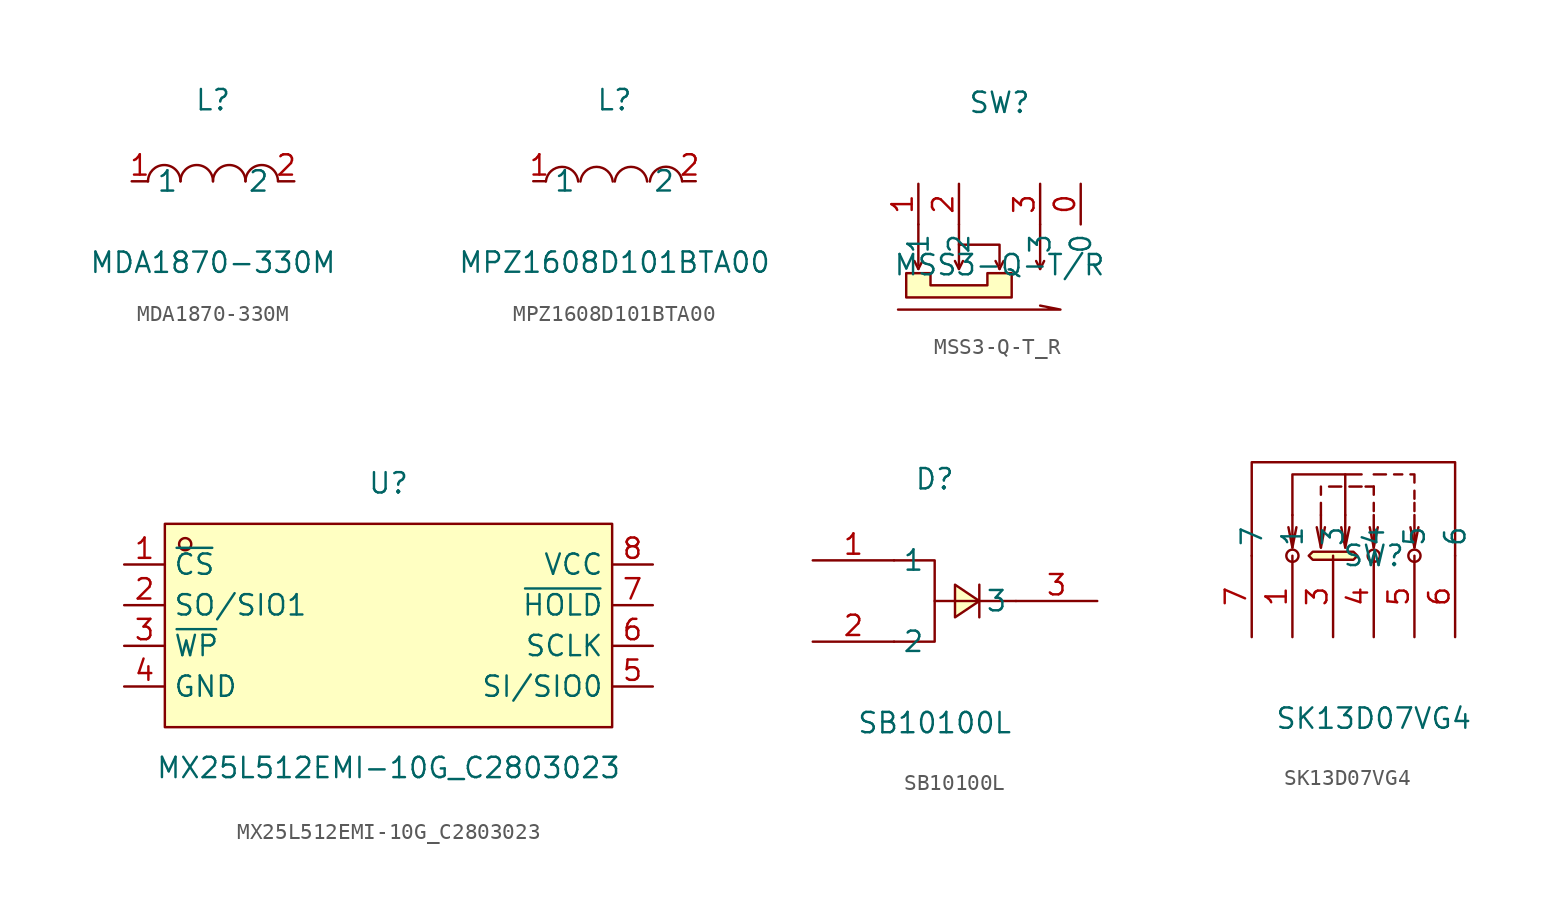
<source format=kicad_sym>
(kicad_symbol_lib
  (version 20220914)
  (generator kicad_symbol_editor)
  (symbol "MDA1870-330M"
    (property "Reference" "L"
      (at 0 5.08 0)
      (effects (font (size 1.27 1.27))))
    (property "Value" "MDA1870-330M"
      (at 0 -5.08 0)
      (effects (font (size 1.27 1.27))))
    (symbol "MDA1870-330M_0_1"
      (arc (start -2.03 0.01) (mid -3.055 1.013) (end -4.06 -0.01) (stroke (width 0) (type default)) (fill (type none)))
      (arc (start 0 0.01) (mid -1.025 1.013) (end -2.03 -0.01) (stroke (width 0) (type default)) (fill (type none)))
      (arc (start 2.03 0.01) (mid 1.005 1.013) (end 0 -0.01) (stroke (width 0) (type default)) (fill (type none)))
      (arc (start 4.06 0.01) (mid 3.035 1.013) (end 2.03 -0.01) (stroke (width 0) (type default)) (fill (type none)))
      (pin unspecified line (at -5.08 0 0) (length 1.016) (name "1" (effects (font (size 1.27 1.27)))) (number "1" (effects (font (size 1.27 1.27)))))
      (pin unspecified line (at 5.08 0 180) (length 1.016) (name "2" (effects (font (size 1.27 1.27)))) (number "2" (effects (font (size 1.27 1.27)))))))
  (symbol "MPZ1608D101BTA00"
    (property "Reference" "L"
      (at 0 5.08 0)
      (effects (font (size 1.27 1.27))))
    (property "Value" "MPZ1608D101BTA00"
      (at 0 -5.08 0)
      (effects (font (size 1.27 1.27))))
    (symbol "MPZ1608D101BTA00_0_1"
      (arc (start -2.27 -0.02) (mid -3.28 0.897) (end -4.29 -0.02) (stroke (width 0) (type default)) (fill (type none)))
      (arc (start -0.11 -0.02) (mid -1.12 0.897) (end -2.13 -0.02) (stroke (width 0) (type default)) (fill (type none)))
      (arc (start 2.04 -0.02) (mid 1.03 0.897) (end 0.02 -0.02) (stroke (width 0) (type default)) (fill (type none)))
      (arc (start 4.23 -0.02) (mid 3.22 0.9048) (end 2.21 -0.02) (stroke (width 0) (type default)) (fill (type none)))
      (pin unspecified line (at -5.08 0 0) (length 0.762) (name "1" (effects (font (size 1.27 1.27)))) (number "1" (effects (font (size 1.27 1.27)))))
      (pin unspecified line (at 5.08 0 180) (length 0.762) (name "2" (effects (font (size 1.27 1.27)))) (number "2" (effects (font (size 1.27 1.27)))))))
  (symbol "MSS3-Q-T_R"
    (property "Reference" "SW"
      (at 0 10.16 0)
      (effects (font (size 1.27 1.27))))
    (property "Value" "MSS3-Q-T/R"
      (at 0 0 0)
      (effects (font (size 1.27 1.27))))
    (symbol "MSS3-Q-T_R_0_1"
      (polyline (pts (xy -5.08 -0.25) (xy -5.33 0.25)) (stroke (width 0) (type default)) (fill (type none)))
      (polyline (pts (xy -5.08 -0.25) (xy -4.83 0.25)) (stroke (width 0) (type default)) (fill (type none)))
      (polyline (pts (xy -5.08 2.54) (xy -5.08 0)) (stroke (width 0) (type default)) (fill (type none)))
      (polyline (pts (xy -2.54 -0.25) (xy -2.79 0.25)) (stroke (width 0) (type default)) (fill (type none)))
      (polyline (pts (xy -2.54 -0.25) (xy -2.29 0.25)) (stroke (width 0) (type default)) (fill (type none)))
      (polyline (pts (xy -2.54 2.54) (xy -2.54 0)) (stroke (width 0) (type default)) (fill (type none)))
      (polyline (pts (xy 0 -0.25) (xy -0.25 0.25)) (stroke (width 0) (type default)) (fill (type none)))
      (polyline (pts (xy 0 -0.25) (xy 0.25 0.25)) (stroke (width 0) (type default)) (fill (type none)))
      (polyline (pts (xy 2.54 -0.25) (xy 2.29 0.25)) (stroke (width 0) (type default)) (fill (type none)))
      (polyline (pts (xy 2.54 -0.25) (xy 2.79 0.25)) (stroke (width 0) (type default)) (fill (type none)))
      (polyline (pts (xy 2.54 2.54) (xy 2.54 0)) (stroke (width 0) (type default)) (fill (type none)))
      (polyline (pts (xy -2.54 1.27) (xy 0 1.27) (xy 0 0)) (stroke (width 0) (type default)) (fill (type none)))
      (polyline (pts (xy 2.54 -2.54) (xy 3.81 -2.79) (xy -6.35 -2.79) (xy -3.81 -2.79)) (stroke (width 0) (type default)) (fill (type none)))
      (polyline (pts (xy 0.76 -0.51) (xy 0.76 -2.03) (xy -5.84 -2.03) (xy -5.84 -0.51) (xy -4.32 -0.51) (xy -4.32 -1.27) (xy -0.76 -1.27) (xy -0.76 -0.51) (xy 0.76 -0.51)) (stroke (width 0) (type default)) (fill (type background)))
      (pin unspecified line (at 5.08 5.08 270) (length 2.54) (name "0" (effects (font (size 1.27 1.27)))) (number "0" (effects (font (size 1.27 1.27)))))
      (pin unspecified line (at -5.08 5.08 270) (length 2.54) (name "1" (effects (font (size 1.27 1.27)))) (number "1" (effects (font (size 1.27 1.27)))))
      (pin unspecified line (at -2.54 5.08 270) (length 2.54) (name "2" (effects (font (size 1.27 1.27)))) (number "2" (effects (font (size 1.27 1.27)))))
      (pin unspecified line (at 2.54 5.08 270) (length 2.54) (name "3" (effects (font (size 1.27 1.27)))) (number "3" (effects (font (size 1.27 1.27)))))))
  (symbol "MX25L512EMI-10G_C2803023"
    (property "Reference" "U"
      (at 0 8.89 0)
      (effects (font (size 1.27 1.27))))
    (property "Value" "MX25L512EMI-10G_C2803023"
      (at 0 -8.89 0)
      (effects (font (size 1.27 1.27))))
    (symbol "MX25L512EMI-10G_C2803023_0_1"
      (rectangle (start -13.97 6.35) (end 13.97 -6.35) (stroke (width 0) (type default)) (fill (type background)))
      (circle (center -12.7 5.08) (radius 0.38) (stroke (width 0) (type default)) (fill (type none)))
      (pin unspecified line (at -16.51 3.81 0) (length 2.54) (name "~{CS}" (effects (font (size 1.27 1.27)))) (number "1" (effects (font (size 1.27 1.27)))))
      (pin unspecified line (at -16.51 1.27 0) (length 2.54) (name "SO/SIO1" (effects (font (size 1.27 1.27)))) (number "2" (effects (font (size 1.27 1.27)))))
      (pin unspecified line (at -16.51 -1.27 0) (length 2.54) (name "~{WP}" (effects (font (size 1.27 1.27)))) (number "3" (effects (font (size 1.27 1.27)))))
      (pin unspecified line (at -16.51 -3.81 0) (length 2.54) (name "GND" (effects (font (size 1.27 1.27)))) (number "4" (effects (font (size 1.27 1.27)))))
      (pin unspecified line (at 16.51 -3.81 180) (length 2.54) (name "SI/SIO0" (effects (font (size 1.27 1.27)))) (number "5" (effects (font (size 1.27 1.27)))))
      (pin unspecified line (at 16.51 -1.27 180) (length 2.54) (name "SCLK" (effects (font (size 1.27 1.27)))) (number "6" (effects (font (size 1.27 1.27)))))
      (pin unspecified line (at 16.51 1.27 180) (length 2.54) (name "~{HOLD}" (effects (font (size 1.27 1.27)))) (number "7" (effects (font (size 1.27 1.27)))))
      (pin unspecified line (at 16.51 3.81 180) (length 2.54) (name "VCC" (effects (font (size 1.27 1.27)))) (number "8" (effects (font (size 1.27 1.27)))))))
  (symbol "SB10100L"
    (property "Reference" "D"
      (at 0 7.62 0)
      (effects (font (size 1.27 1.27))))
    (property "Value" "SB10100L"
      (at 0 -7.62 0)
      (effects (font (size 1.27 1.27))))
    (symbol "SB10100L_0_1"
      (polyline (pts (xy 0 0) (xy 5.08 0)) (stroke (width 0) (type default)) (fill (type none)))
      (polyline (pts (xy 2.79 1.02) (xy 2.79 -1.02)) (stroke (width 0) (type default)) (fill (type none)))
      (polyline (pts (xy -2.54 -2.54) (xy 0 -2.54) (xy 0 2.54) (xy -2.54 2.54)) (stroke (width 0) (type default)) (fill (type none)))
      (polyline (pts (xy 1.27 1.02) (xy 1.27 -1.02) (xy 2.79 0) (xy 1.27 1.02)) (stroke (width 0) (type default)) (fill (type background)))
      (pin unspecified line (at -7.62 2.54 0) (length 5.08) (name "1" (effects (font (size 1.27 1.27)))) (number "1" (effects (font (size 1.27 1.27)))))
      (pin unspecified line (at -7.62 -2.54 0) (length 5.08) (name "2" (effects (font (size 1.27 1.27)))) (number "2" (effects (font (size 1.27 1.27)))))
      (pin unspecified line (at 10.16 0 180) (length 5.08) (name "3" (effects (font (size 1.27 1.27)))) (number "3" (effects (font (size 1.27 1.27)))))))
  (symbol "SK13D07VG4"
    (property "Reference" "SW"
      (at 0 0 0)
      (effects (font (size 1.27 1.27))))
    (property "Value" "SK13D07VG4"
      (at 0 -10.16 0)
      (effects (font (size 1.27 1.27))))
    (symbol "SK13D07VG4_0_1"
      (circle (center -5.08 0) (radius 0.38) (stroke (width 0) (type default)) (fill (type none)))
      (polyline (pts (xy -5.08 0.51) (xy -5.33 1.78)) (stroke (width 0) (type default)) (fill (type none)))
      (polyline (pts (xy -3.3 0.51) (xy -3.56 1.78)) (stroke (width 0) (type default)) (fill (type none)))
      (polyline (pts (xy -3.3 2.54) (xy -3.3 3.3)) (stroke (width 0) (type default)) (fill (type none)))
      (polyline (pts (xy -3.3 3.81) (xy -3.3 4.32)) (stroke (width 0) (type default)) (fill (type none)))
      (polyline (pts (xy -2.79 4.32) (xy -2.03 4.32)) (stroke (width 0) (type default)) (fill (type none)))
      (polyline (pts (xy -1.78 0.51) (xy -2.03 1.78)) (stroke (width 0) (type default)) (fill (type none)))
      (polyline (pts (xy -1.78 5.08) (xy -0.76 5.08)) (stroke (width 0) (type default)) (fill (type none)))
      (polyline (pts (xy -1.52 4.32) (xy -0.76 4.32)) (stroke (width 0) (type default)) (fill (type none)))
      (polyline (pts (xy -0.51 4.32) (xy 0 4.32)) (stroke (width 0) (type default)) (fill (type none)))
      (polyline (pts (xy 0 0.51) (xy -0.25 1.78)) (stroke (width 0) (type default)) (fill (type none)))
      (polyline (pts (xy 0 3.3) (xy 0 2.79)) (stroke (width 0) (type default)) (fill (type none)))
      (polyline (pts (xy 0 4.32) (xy 0 3.81)) (stroke (width 0) (type default)) (fill (type none)))
      (polyline (pts (xy 0 5.08) (xy 0.76 5.08)) (stroke (width 0) (type default)) (fill (type none)))
      (polyline (pts (xy 1.27 5.08) (xy 1.78 5.08)) (stroke (width 0) (type default)) (fill (type none)))
      (polyline (pts (xy 2.54 0.51) (xy 2.29 1.78)) (stroke (width 0) (type default)) (fill (type none)))
      (polyline (pts (xy 2.54 3.3) (xy 2.54 2.79)) (stroke (width 0) (type default)) (fill (type none)))
      (polyline (pts (xy 2.54 4.06) (xy 2.54 3.56)) (stroke (width 0) (type default)) (fill (type none)))
      (polyline (pts (xy -5.08 2.54) (xy -5.08 0.51) (xy -4.83 1.78)) (stroke (width 0) (type default)) (fill (type none)))
      (polyline (pts (xy -3.3 2.54) (xy -3.3 0.51) (xy -3.05 1.78)) (stroke (width 0) (type default)) (fill (type none)))
      (polyline (pts (xy -1.78 2.54) (xy -1.78 0.51) (xy -1.52 1.78)) (stroke (width 0) (type default)) (fill (type none)))
      (polyline (pts (xy 0 2.54) (xy 0 0.51) (xy 0.25 1.78)) (stroke (width 0) (type default)) (fill (type none)))
      (polyline (pts (xy 2.29 5.08) (xy 2.54 5.08) (xy 2.54 4.57)) (stroke (width 0) (type default)) (fill (type none)))
      (polyline (pts (xy 2.54 2.54) (xy 2.54 0.51) (xy 2.79 1.78)) (stroke (width 0) (type default)) (fill (type none)))
      (polyline (pts (xy -7.62 0) (xy -7.62 5.84) (xy 5.08 5.84) (xy 5.08 0)) (stroke (width 0) (type default)) (fill (type none)))
      (polyline (pts (xy -5.08 2.54) (xy -5.08 5.08) (xy -1.78 5.08) (xy -1.78 2.54)) (stroke (width 0) (type default)) (fill (type none)))
      (polyline (pts (xy -3.81 0.25) (xy -1.27 0.25) (xy -1.02 0) (xy -1.27 -0.25) (xy -3.81 -0.25) (xy -4.06 0) (xy -3.81 0.25)) (stroke (width 0) (type default)) (fill (type background)))
      (circle (center 0 0) (radius 0.38) (stroke (width 0) (type default)) (fill (type none)))
      (circle (center 2.54 0) (radius 0.38) (stroke (width 0) (type default)) (fill (type none)))
      (pin unspecified line (at -5.08 -5.08 90) (length 5.08) (name "1" (effects (font (size 1.27 1.27)))) (number "1" (effects (font (size 1.27 1.27)))))
      (pin unspecified line (at -2.54 -5.08 90) (length 5.08) (name "3" (effects (font (size 1.27 1.27)))) (number "3" (effects (font (size 1.27 1.27)))))
      (pin unspecified line (at 0 -5.08 90) (length 5.08) (name "4" (effects (font (size 1.27 1.27)))) (number "4" (effects (font (size 1.27 1.27)))))
      (pin unspecified line (at 2.54 -5.08 90) (length 5.08) (name "5" (effects (font (size 1.27 1.27)))) (number "5" (effects (font (size 1.27 1.27)))))
      (pin unspecified line (at 5.08 -5.08 90) (length 5.08) (name "6" (effects (font (size 1.27 1.27)))) (number "6" (effects (font (size 1.27 1.27)))))
      (pin unspecified line (at -7.62 -5.08 90) (length 5.08) (name "7" (effects (font (size 1.27 1.27)))) (number "7" (effects (font (size 1.27 1.27))))))))
</source>
